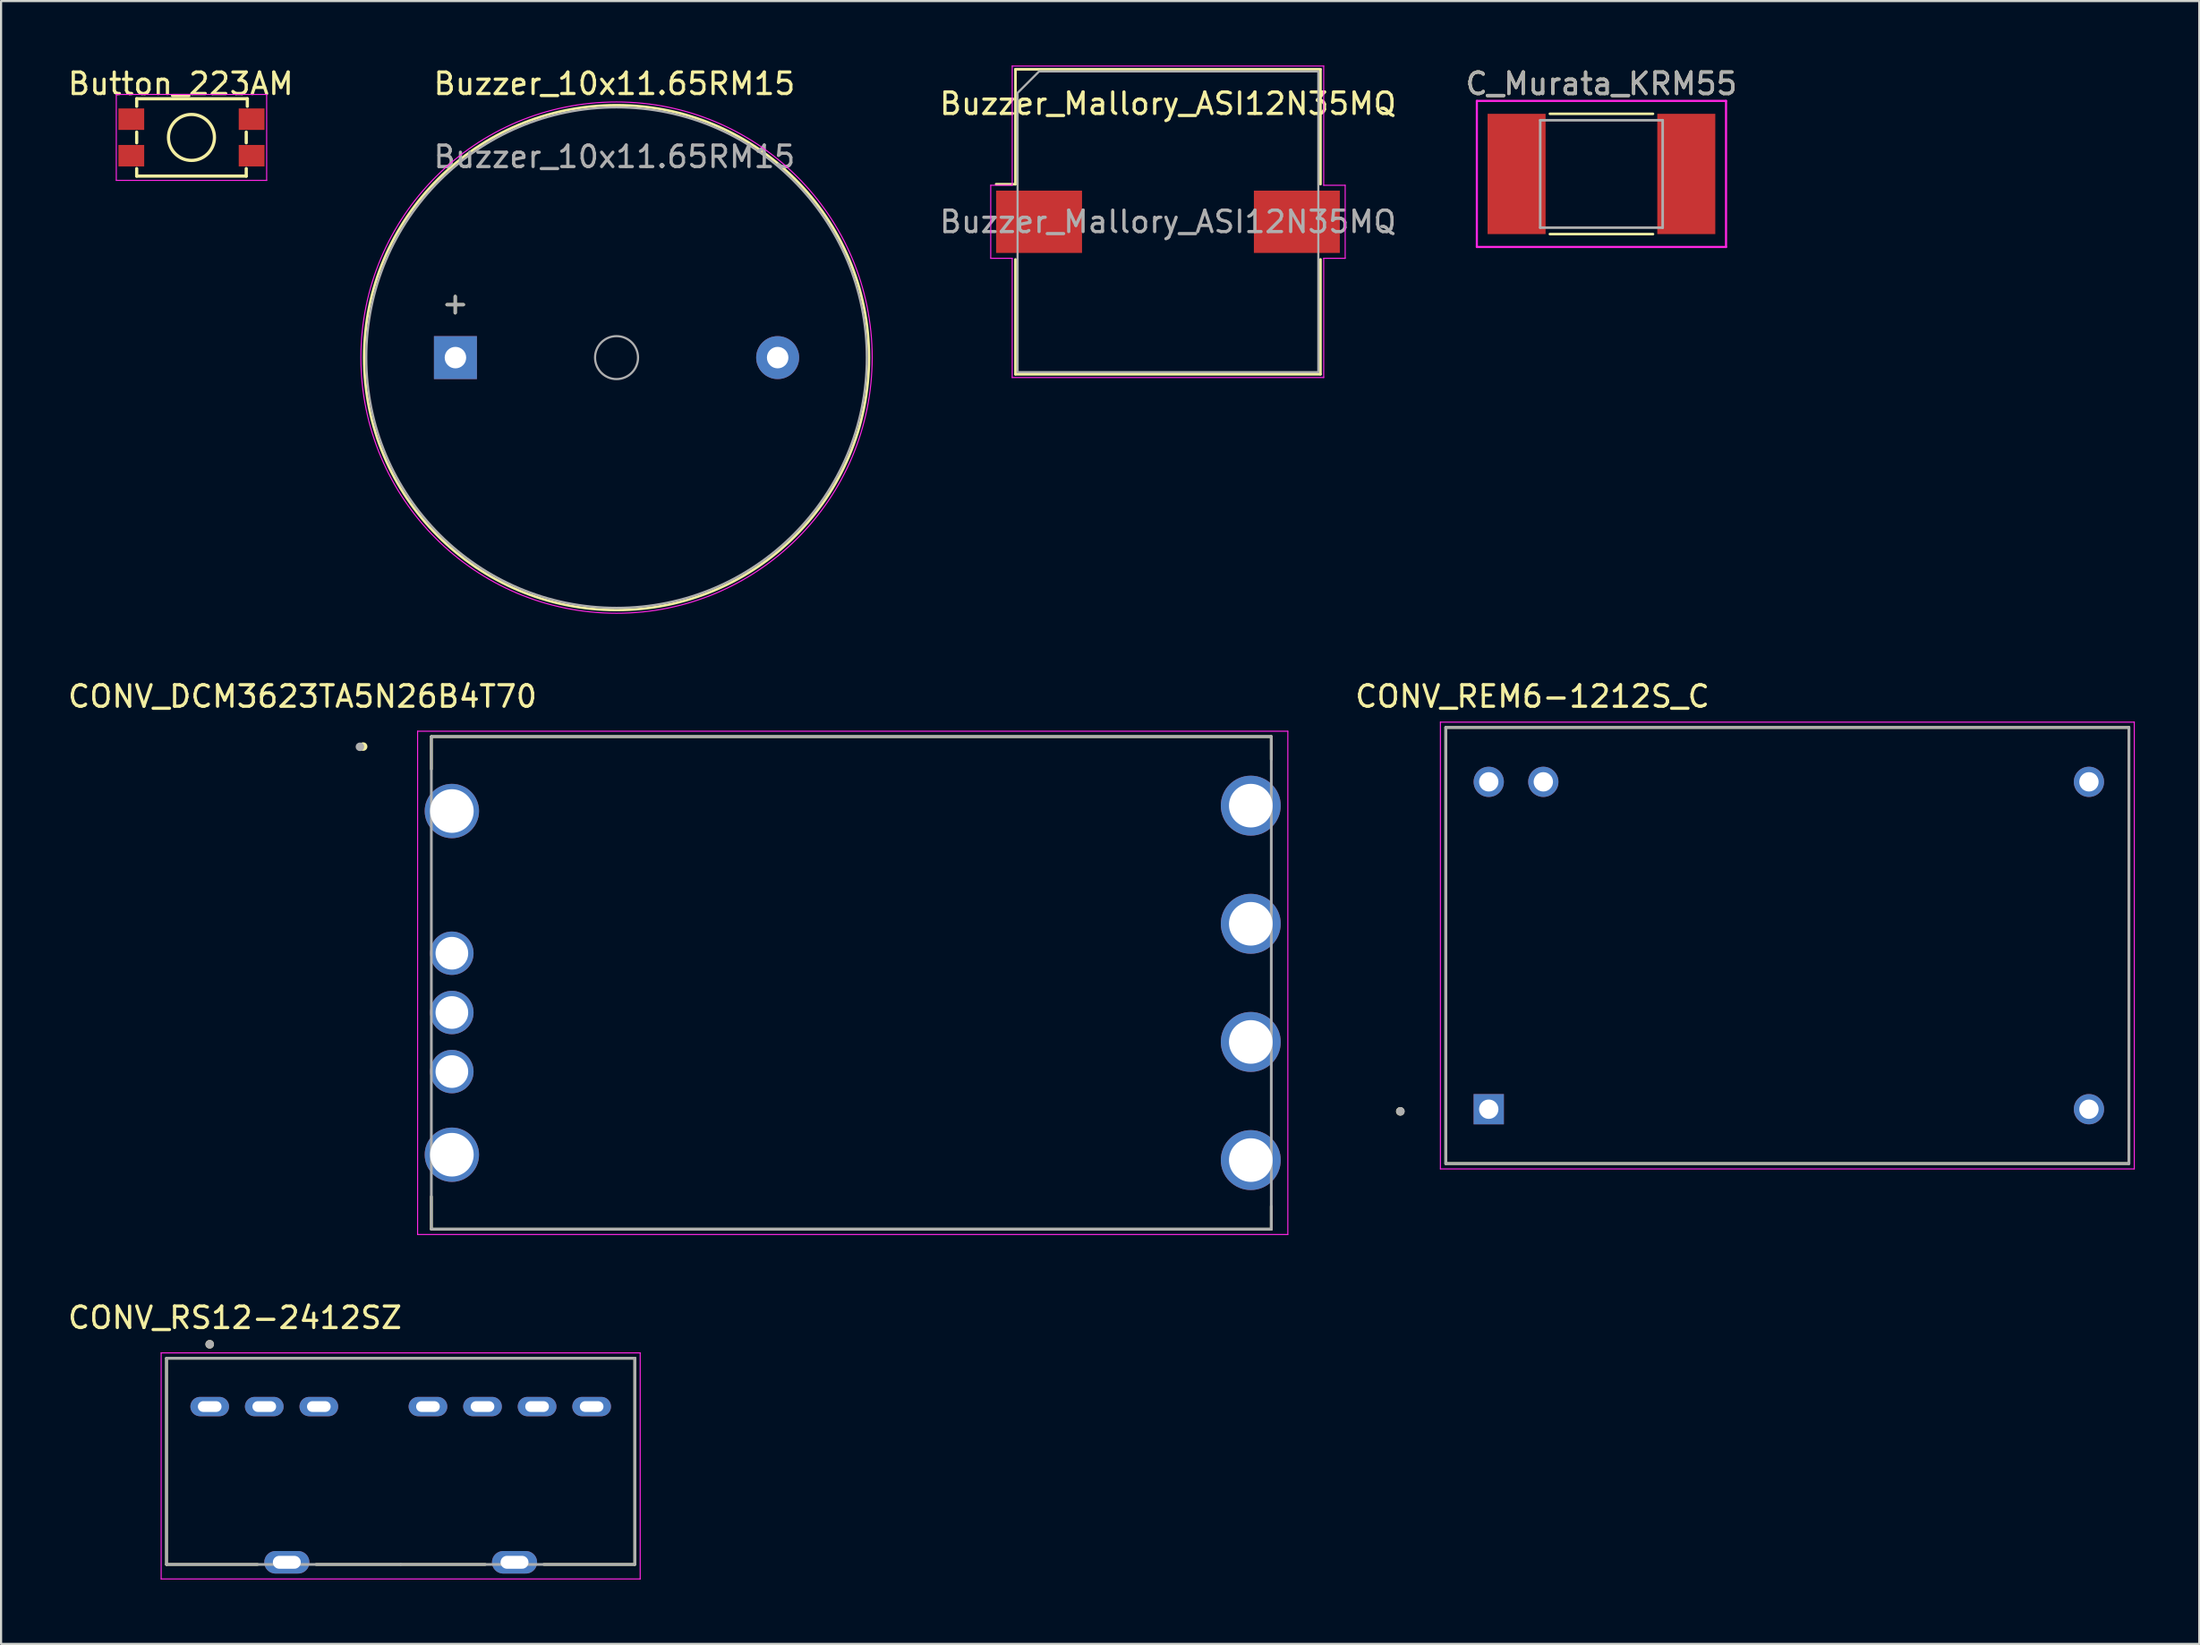
<source format=kicad_pcb>
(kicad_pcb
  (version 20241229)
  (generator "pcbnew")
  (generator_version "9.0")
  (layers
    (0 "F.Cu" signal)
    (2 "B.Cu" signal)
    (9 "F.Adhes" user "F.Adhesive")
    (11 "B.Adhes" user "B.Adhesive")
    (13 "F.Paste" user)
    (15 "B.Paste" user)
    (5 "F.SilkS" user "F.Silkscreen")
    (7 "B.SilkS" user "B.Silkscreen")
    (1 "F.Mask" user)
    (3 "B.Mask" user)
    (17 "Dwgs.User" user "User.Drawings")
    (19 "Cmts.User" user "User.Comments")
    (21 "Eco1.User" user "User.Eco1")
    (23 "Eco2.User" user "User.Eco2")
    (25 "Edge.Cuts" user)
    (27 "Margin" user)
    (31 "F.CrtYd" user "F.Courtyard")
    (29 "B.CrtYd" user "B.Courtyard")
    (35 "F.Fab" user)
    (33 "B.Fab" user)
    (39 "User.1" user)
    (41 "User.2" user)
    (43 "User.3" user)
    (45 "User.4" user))
  (footprint "Buzzer_Mallory_ASI12N35MQ"
    (layer "F.Cu")
    (at 51.32 7.275)
    (property "Reference" "Buzzer_Mallory_ASI12N35MQ" (at 0 -5.5 0) (layer "F.SilkS") (effects (font (size 1 1) (thickness 0.15))))
    (attr smd)
    (fp_line (start -7.1 -7.1) (end -7.1 -1.75) (stroke (width 0.12) (type solid)) (layer "F.SilkS"))
    (fp_line (start -7.1 -7.1) (end 7.1 -7.1) (stroke (width 0.12) (type solid)) (layer "F.SilkS"))
    (fp_line (start -7.1 -1.75) (end -8 -1.75) (stroke (width 0.12) (type solid)) (layer "F.SilkS"))
    (fp_line (start -7.1 1.75) (end -7.1 7.1) (stroke (width 0.12) (type solid)) (layer "F.SilkS"))
    (fp_line (start 7.1 -7.1) (end 7.1 -1.75) (stroke (width 0.12) (type solid)) (layer "F.SilkS"))
    (fp_line (start 7.1 1.75) (end 7.1 7.1) (stroke (width 0.12) (type solid)) (layer "F.SilkS"))
    (fp_line (start 7.1 7.1) (end -7.1 7.1) (stroke (width 0.12) (type solid)) (layer "F.SilkS"))
    (fp_line (start -8.25 -1.7) (end -7.25 -1.7) (stroke (width 0.05) (type solid)) (layer "F.CrtYd"))
    (fp_line (start -8.25 1.7) (end -8.25 -1.7) (stroke (width 0.05) (type solid)) (layer "F.CrtYd"))
    (fp_line (start -7.25 -7.25) (end 7.25 -7.25) (stroke (width 0.05) (type solid)) (layer "F.CrtYd"))
    (fp_line (start -7.25 -1.7) (end -7.25 -7.25) (stroke (width 0.05) (type solid)) (layer "F.CrtYd"))
    (fp_line (start -7.25 1.7) (end -8.25 1.7) (stroke (width 0.05) (type solid)) (layer "F.CrtYd"))
    (fp_line (start -7.25 7.25) (end -7.25 1.7) (stroke (width 0.05) (type solid)) (layer "F.CrtYd"))
    (fp_line (start 7.25 -7.25) (end 7.25 -1.7) (stroke (width 0.05) (type solid)) (layer "F.CrtYd"))
    (fp_line (start 7.25 -1.7) (end 8.25 -1.7) (stroke (width 0.05) (type solid)) (layer "F.CrtYd"))
    (fp_line (start 7.25 1.7) (end 7.25 7.25) (stroke (width 0.05) (type solid)) (layer "F.CrtYd"))
    (fp_line (start 7.25 1.7) (end 8.25 1.7) (stroke (width 0.05) (type solid)) (layer "F.CrtYd"))
    (fp_line (start 7.25 7.25) (end -7.25 7.25) (stroke (width 0.05) (type solid)) (layer "F.CrtYd"))
    (fp_line (start 8.25 -1.7) (end 8.25 1.7) (stroke (width 0.05) (type solid)) (layer "F.CrtYd"))
    (fp_line (start -7 -6) (end -7 7) (stroke (width 0.1) (type solid)) (layer "F.Fab"))
    (fp_line (start -7 7) (end 7 7) (stroke (width 0.1) (type solid)) (layer "F.Fab"))
    (fp_line (start -6 -7) (end -7 -6) (stroke (width 0.1) (type solid)) (layer "F.Fab"))
    (fp_line (start 7 -7) (end -6 -7) (stroke (width 0.1) (type solid)) (layer "F.Fab"))
    (fp_line (start 7 7) (end 7 -7) (stroke (width 0.1) (type solid)) (layer "F.Fab"))
    (fp_text user "${REFERENCE}" (at 0 0 0) (layer "F.Fab") (effects (font (size 1 1) (thickness 0.15))))
    (pad "1" smd rect (at -6 0) (size 4 2.9) (layers "F.Cu" "F.Mask" "F.Paste"))
    (pad "2" smd rect (at 6 0) (size 4 2.9) (layers "F.Cu" "F.Mask" "F.Paste")))
  (footprint "C_Murata_KRM55"
    (layer "F.Cu")
    (at 71.499 5.048)
    (property "Reference" "C_Murata_KRM55" (at 0 -4.2 0) (layer "F.SilkS") (effects (font (size 1 1) (thickness 0.15))))
    (attr smd)
    (fp_line (start -2.4 -2.8) (end 2.4 -2.8) (stroke (width 0.12) (type solid)) (layer "F.SilkS"))
    (fp_line (start -2.4 2.8) (end 2.4 2.8) (stroke (width 0.12) (type solid)) (layer "F.SilkS"))
    (fp_line (start -5.8 -3.4) (end 5.8 -3.4) (stroke (width 0.1) (type solid)) (layer "F.CrtYd"))
    (fp_line (start -5.8 3.4) (end -5.8 -3.4) (stroke (width 0.1) (type solid)) (layer "F.CrtYd"))
    (fp_line (start 5.8 -3.4) (end 5.8 3.4) (stroke (width 0.1) (type solid)) (layer "F.CrtYd"))
    (fp_line (start 5.8 3.4) (end -5.8 3.4) (stroke (width 0.1) (type solid)) (layer "F.CrtYd"))
    (fp_line (start -2.85 -2.5) (end 2.85 -2.5) (stroke (width 0.12) (type solid)) (layer "F.Fab"))
    (fp_line (start -2.85 2.5) (end -2.85 -2.5) (stroke (width 0.12) (type solid)) (layer "F.Fab"))
    (fp_line (start 2.85 -2.5) (end 2.85 2.5) (stroke (width 0.12) (type solid)) (layer "F.Fab"))
    (fp_line (start 2.85 2.5) (end -2.85 2.5) (stroke (width 0.12) (type solid)) (layer "F.Fab"))
    (fp_text user "${REFERENCE}" (at 0 -4.2 0) (layer "F.Fab") (effects (font (size 1 1) (thickness 0.15))))
    (pad "1" smd rect (at -3.95 0) (size 2.7 5.6) (layers "F.Cu" "F.Mask" "F.Paste"))
    (pad "2" smd rect (at 3.95 0) (size 2.7 5.6) (layers "F.Cu" "F.Mask" "F.Paste")))
  (footprint "CONV_REM6-1212S_C"
    (layer "F.Cu")
    (at 80.153 40.967)
    (property "Reference" "CONV_REM6-1212S_C" (at -11.865 -11.595 0) (layer "F.SilkS") (effects (font (size 1 1) (thickness 0.15))))
    (attr through_hole)
    (fp_line (start -15.9 -10.15) (end -15.9 10.15) (stroke (width 0.127) (type solid)) (layer "F.SilkS"))
    (fp_line (start -15.9 10.15) (end 15.9 10.15) (stroke (width 0.127) (type solid)) (layer "F.SilkS"))
    (fp_line (start 15.9 -10.15) (end -15.9 -10.15) (stroke (width 0.127) (type solid)) (layer "F.SilkS"))
    (fp_line (start 15.9 10.15) (end 15.9 -10.15) (stroke (width 0.127) (type solid)) (layer "F.SilkS"))
    (fp_circle (center -18.02 7.72) (end -17.92 7.72) (stroke (width 0.2) (type solid)) (fill no) (layer "F.SilkS"))
    (fp_line (start -16.15 -10.4) (end -16.15 10.4) (stroke (width 0.05) (type solid)) (layer "F.CrtYd"))
    (fp_line (start -16.15 10.4) (end 16.15 10.4) (stroke (width 0.05) (type solid)) (layer "F.CrtYd"))
    (fp_line (start 16.15 -10.4) (end -16.15 -10.4) (stroke (width 0.05) (type solid)) (layer "F.CrtYd"))
    (fp_line (start 16.15 10.4) (end 16.15 -10.4) (stroke (width 0.05) (type solid)) (layer "F.CrtYd"))
    (fp_line (start -15.9 -10.15) (end -15.9 10.15) (stroke (width 0.127) (type solid)) (layer "F.Fab"))
    (fp_line (start -15.9 10.15) (end 15.9 10.15) (stroke (width 0.127) (type solid)) (layer "F.Fab"))
    (fp_line (start 15.9 -10.15) (end -15.9 -10.15) (stroke (width 0.127) (type solid)) (layer "F.Fab"))
    (fp_line (start 15.9 10.15) (end 15.9 -10.15) (stroke (width 0.127) (type solid)) (layer "F.Fab"))
    (fp_circle (center -18.01 7.72) (end -17.91 7.72) (stroke (width 0.2) (type solid)) (fill no) (layer "F.Fab"))
    (pad "1" thru_hole rect (at -13.9 7.62) (size 1.408 1.408) (drill 0.9) (layers "*.Cu" "*.Mask"))
    (pad "12" thru_hole circle (at 14.04 7.62) (size 1.408 1.408) (drill 0.9) (layers "*.Cu" "*.Mask"))
    (pad "13" thru_hole circle (at 14.04 -7.62) (size 1.408 1.408) (drill 0.9) (layers "*.Cu" "*.Mask"))
    (pad "23" thru_hole circle (at -11.36 -7.62) (size 1.408 1.408) (drill 0.9) (layers "*.Cu" "*.Mask"))
    (pad "24" thru_hole circle (at -13.9 -7.62) (size 1.408 1.408) (drill 0.9) (layers "*.Cu" "*.Mask")))
  (footprint "Button_223AM"
    (layer "F.Cu")
    (at 5.863 3.348)
    (property "Reference" "Button_223AM" (at -0.5 -2.5 0) (layer "F.SilkS") (effects (font (size 1 1) (thickness 0.15))))
    (attr through_hole)
    (fp_line (start -2.55 -1.8) (end 2.6 -1.8) (stroke (width 0.15) (type solid)) (layer "F.SilkS"))
    (fp_line (start -2.55 -1.45) (end -2.55 -1.8) (stroke (width 0.15) (type solid)) (layer "F.SilkS"))
    (fp_line (start -2.55 -0.25) (end -2.55 0.25) (stroke (width 0.15) (type solid)) (layer "F.SilkS"))
    (fp_line (start -2.55 1.8) (end -2.55 1.45) (stroke (width 0.15) (type solid)) (layer "F.SilkS"))
    (fp_line (start 2.55 -0.25) (end 2.55 0.25) (stroke (width 0.15) (type solid)) (layer "F.SilkS"))
    (fp_line (start 2.55 1.45) (end 2.55 1.8) (stroke (width 0.15) (type solid)) (layer "F.SilkS"))
    (fp_line (start 2.55 1.8) (end -2.55 1.8) (stroke (width 0.15) (type solid)) (layer "F.SilkS"))
    (fp_line (start 2.6 -1.8) (end 2.6 -1.45) (stroke (width 0.15) (type solid)) (layer "F.SilkS"))
    (fp_circle (center 0 0) (end -0.65 -0.85) (stroke (width 0.15) (type solid)) (fill no) (layer "F.SilkS"))
    (fp_line (start -3.5 -2) (end 3.5 -2) (stroke (width 0.05) (type solid)) (layer "F.CrtYd"))
    (fp_line (start -3.5 2) (end -3.5 -2) (stroke (width 0.05) (type solid)) (layer "F.CrtYd"))
    (fp_line (start 3.5 -2) (end 3.5 2) (stroke (width 0.05) (type solid)) (layer "F.CrtYd"))
    (fp_line (start 3.5 2) (end -3.5 2) (stroke (width 0.05) (type solid)) (layer "F.CrtYd"))
    (pad "1" smd rect (at -2.8 0.85) (size 1.2 1) (layers "F.Cu" "F.Mask" "F.Paste"))
    (pad "2" smd rect (at -2.8 -0.85) (size 1.2 1) (layers "F.Cu" "F.Mask" "F.Paste"))
    (pad "3" smd rect (at 2.8 0.85) (size 1.2 1) (layers "F.Cu" "F.Mask" "F.Paste"))
    (pad "4" smd rect (at 2.8 -0.85) (size 1.2 1) (layers "F.Cu" "F.Mask" "F.Paste")))
  (footprint "CONV_RS12-2412SZ"
    (layer "F.Cu")
    (at 6.712 62.43)
    (property "Reference" "CONV_RS12-2412SZ" (at 1.175 -4.135 0) (layer "F.SilkS") (effects (font (size 1 1) (thickness 0.15))))
    (attr through_hole)
    (fp_line (start -2.01 -2.25) (end -2.01 7.35) (stroke (width 0.127) (type solid)) (layer "F.SilkS"))
    (fp_line (start -2.01 7.35) (end 2.226 7.35) (stroke (width 0.127) (type solid)) (layer "F.SilkS"))
    (fp_line (start 4.954 7.35) (end 12.826 7.35) (stroke (width 0.127) (type solid)) (layer "F.SilkS"))
    (fp_line (start 15.554 7.35) (end 19.79 7.35) (stroke (width 0.127) (type solid)) (layer "F.SilkS"))
    (fp_line (start 19.79 -2.25) (end -2.01 -2.25) (stroke (width 0.127) (type solid)) (layer "F.SilkS"))
    (fp_line (start 19.79 7.35) (end 19.79 -2.25) (stroke (width 0.127) (type solid)) (layer "F.SilkS"))
    (fp_circle (center 0 -2.9) (end 0.1 -2.9) (stroke (width 0.2) (type solid)) (fill no) (layer "F.SilkS"))
    (fp_line (start -2.26 -2.5) (end 20.04 -2.5) (stroke (width 0.05) (type solid)) (layer "F.CrtYd"))
    (fp_line (start -2.26 8.025) (end -2.26 -2.5) (stroke (width 0.05) (type solid)) (layer "F.CrtYd"))
    (fp_line (start 20.04 -2.5) (end 20.04 8.025) (stroke (width 0.05) (type solid)) (layer "F.CrtYd"))
    (fp_line (start 20.04 8.025) (end -2.26 8.025) (stroke (width 0.05) (type solid)) (layer "F.CrtYd"))
    (fp_line (start -2.01 -2.25) (end -2.01 7.35) (stroke (width 0.127) (type solid)) (layer "F.Fab"))
    (fp_line (start -2.01 7.35) (end 8.89 7.35) (stroke (width 0.127) (type solid)) (layer "F.Fab"))
    (fp_line (start 8.89 -2.25) (end -2.01 -2.25) (stroke (width 0.127) (type solid)) (layer "F.Fab"))
    (fp_line (start 8.89 7.35) (end 19.79 7.35) (stroke (width 0.127) (type solid)) (layer "F.Fab"))
    (fp_line (start 19.79 -2.25) (end 8.89 -2.25) (stroke (width 0.127) (type solid)) (layer "F.Fab"))
    (fp_line (start 19.79 7.35) (end 19.79 -2.25) (stroke (width 0.127) (type solid)) (layer "F.Fab"))
    (fp_circle (center 0 -2.9) (end 0.1 -2.9) (stroke (width 0.2) (type solid)) (fill no) (layer "F.Fab"))
    (pad "1" thru_hole oval (at 0 0) (size 1.8 0.9) (drill oval 1.1 0.5) (layers "*.Cu" "*.Mask"))
    (pad "2" thru_hole oval (at 2.54 0) (size 1.8 0.9) (drill oval 1.1 0.5) (layers "*.Cu" "*.Mask"))
    (pad "3" thru_hole oval (at 5.08 0) (size 1.8 0.9) (drill oval 1.1 0.5) (layers "*.Cu" "*.Mask"))
    (pad "5" thru_hole oval (at 10.16 0) (size 1.8 0.9) (drill oval 1.1 0.5) (layers "*.Cu" "*.Mask"))
    (pad "6" thru_hole oval (at 12.7 0) (size 1.8 0.9) (drill oval 1.1 0.5) (layers "*.Cu" "*.Mask"))
    (pad "7" thru_hole oval (at 15.24 0) (size 1.8 0.9) (drill oval 1.1 0.5) (layers "*.Cu" "*.Mask"))
    (pad "8" thru_hole oval (at 17.78 0) (size 1.8 0.9) (drill oval 1.1 0.5) (layers "*.Cu" "*.Mask"))
    (pad "9" thru_hole oval (at 14.19 7.25) (size 2.1 1.05) (drill oval 1.3 0.6) (layers "*.Cu" "*.Mask"))
    (pad "10" thru_hole oval (at 3.59 7.25) (size 2.1 1.05) (drill oval 1.3 0.6) (layers "*.Cu" "*.Mask")))
  (footprint "Buzzer_10x11.65RM15"
    (layer "F.Cu")
    (at 18.151 13.598)
    (property "Reference" "Buzzer_10x11.65RM15" (at 7.4 -12.75 180) (layer "F.SilkS") (effects (font (size 1 1) (thickness 0.15))))
    (attr through_hole)
    (fp_circle (center 7.5 0) (end 19.25 0) (stroke (width 0.12) (type solid)) (fill no) (layer "F.SilkS"))
    (fp_circle (center 7.5 0) (end 19.4 0) (stroke (width 0.05) (type solid)) (fill no) (layer "F.CrtYd"))
    (fp_circle (center 7.5 0) (end 8.5 0) (stroke (width 0.1) (type solid)) (fill no) (layer "F.Fab"))
    (fp_circle (center 7.5 0) (end 19.15 0) (stroke (width 0.1) (type solid)) (fill no) (layer "F.Fab"))
    (fp_text user "+" (at -0.01 -2.54 0) (layer "F.SilkS") (effects (font (size 1 1) (thickness 0.15))))
    (fp_text user "+" (at -0.01 -2.54 0) (layer "F.Fab") (effects (font (size 1 1) (thickness 0.15))))
    (fp_text user "${REFERENCE}" (at 7.4 -9.35 0) (layer "F.Fab") (effects (font (size 1 1) (thickness 0.15))))
    (pad "1" thru_hole rect (at 0 0) (size 2 2) (drill 1) (layers "*.Cu" "*.Mask"))
    (pad "2" thru_hole circle (at 15 0) (size 2 2) (drill 1) (layers "*.Cu" "*.Mask")))
  (footprint "CONV_DCM3623TA5N26B4T70"
    (layer "F.Cu")
    (at 31.985 42.706)
    (property "Reference" "CONV_DCM3623TA5N26B4T70" (at -20.955 -13.335 0) (layer "F.SilkS") (effects (font (size 1 1) (thickness 0.15))))
    (attr through_hole)
    (fp_line (start -14.955 -11.465) (end 24.145 -11.465) (stroke (width 0.127) (type solid)) (layer "F.SilkS"))
    (fp_line (start -14.955 -9.95) (end -14.955 -11.465) (stroke (width 0.127) (type solid)) (layer "F.SilkS"))
    (fp_line (start -14.955 9.95) (end -14.955 11.465) (stroke (width 0.127) (type solid)) (layer "F.SilkS"))
    (fp_line (start -14.955 11.465) (end 24.145 11.465) (stroke (width 0.127) (type solid)) (layer "F.SilkS"))
    (fp_line (start 24.145 -11.465) (end 24.145 -10.4) (stroke (width 0.127) (type solid)) (layer "F.SilkS"))
    (fp_line (start 24.145 11.465) (end 24.145 10.4) (stroke (width 0.127) (type solid)) (layer "F.SilkS"))
    (fp_circle (center -18.13 -11) (end -18.03 -11) (stroke (width 0.2) (type solid)) (fill no) (layer "F.SilkS"))
    (fp_line (start -15.595 -11.715) (end 24.915 -11.715) (stroke (width 0.05) (type solid)) (layer "F.CrtYd"))
    (fp_line (start -15.595 11.715) (end -15.595 -11.715) (stroke (width 0.05) (type solid)) (layer "F.CrtYd"))
    (fp_line (start 24.915 -11.715) (end 24.915 11.715) (stroke (width 0.05) (type solid)) (layer "F.CrtYd"))
    (fp_line (start 24.915 11.715) (end -15.595 11.715) (stroke (width 0.05) (type solid)) (layer "F.CrtYd"))
    (fp_line (start -14.955 -11.465) (end 24.145 -11.465) (stroke (width 0.127) (type solid)) (layer "F.Fab"))
    (fp_line (start -14.955 11.465) (end -14.955 -11.465) (stroke (width 0.127) (type solid)) (layer "F.Fab"))
    (fp_line (start 24.145 -11.465) (end 24.145 11.465) (stroke (width 0.127) (type solid)) (layer "F.Fab"))
    (fp_line (start 24.145 11.465) (end -14.955 11.465) (stroke (width 0.127) (type solid)) (layer "F.Fab"))
    (fp_circle (center -18.28 -10.99) (end -18.18 -10.99) (stroke (width 0.2) (type solid)) (fill no) (layer "F.Fab"))
    (pad "A1" thru_hole circle (at -14 -8) (size 2.53 2.53) (drill 2.03) (layers "*.Cu" "*.Mask"))
    (pad "A2" thru_hole circle (at 23.19 -8.25) (size 2.79 2.79) (drill 2.03) (layers "*.Cu" "*.Mask"))
    (pad "B1" thru_hole circle (at -14 -1.38) (size 2.02 2.02) (drill 1.52) (layers "*.Cu" "*.Mask"))
    (pad "B2" thru_hole circle (at 23.19 -2.75) (size 2.79 2.79) (drill 2.03) (layers "*.Cu" "*.Mask"))
    (pad "C1" thru_hole circle (at -14 1.38) (size 2.02 2.02) (drill 1.52) (layers "*.Cu" "*.Mask"))
    (pad "C2" thru_hole circle (at 23.19 2.75) (size 2.79 2.79) (drill 2.03) (layers "*.Cu" "*.Mask"))
    (pad "D1" thru_hole circle (at -14 4.13) (size 2.02 2.02) (drill 1.52) (layers "*.Cu" "*.Mask"))
    (pad "D2" thru_hole circle (at 23.19 8.25) (size 2.79 2.79) (drill 2.03) (layers "*.Cu" "*.Mask"))
    (pad "E1" thru_hole circle (at -14 8) (size 2.53 2.53) (drill 2.03) (layers "*.Cu" "*.Mask")))
  (gr_rect
    (start -3 -3)
    (end 99.328 73.48)
    (stroke (width 0.1) (type default))
    (fill no)
    (layer "Edge.Cuts")))
</source>
